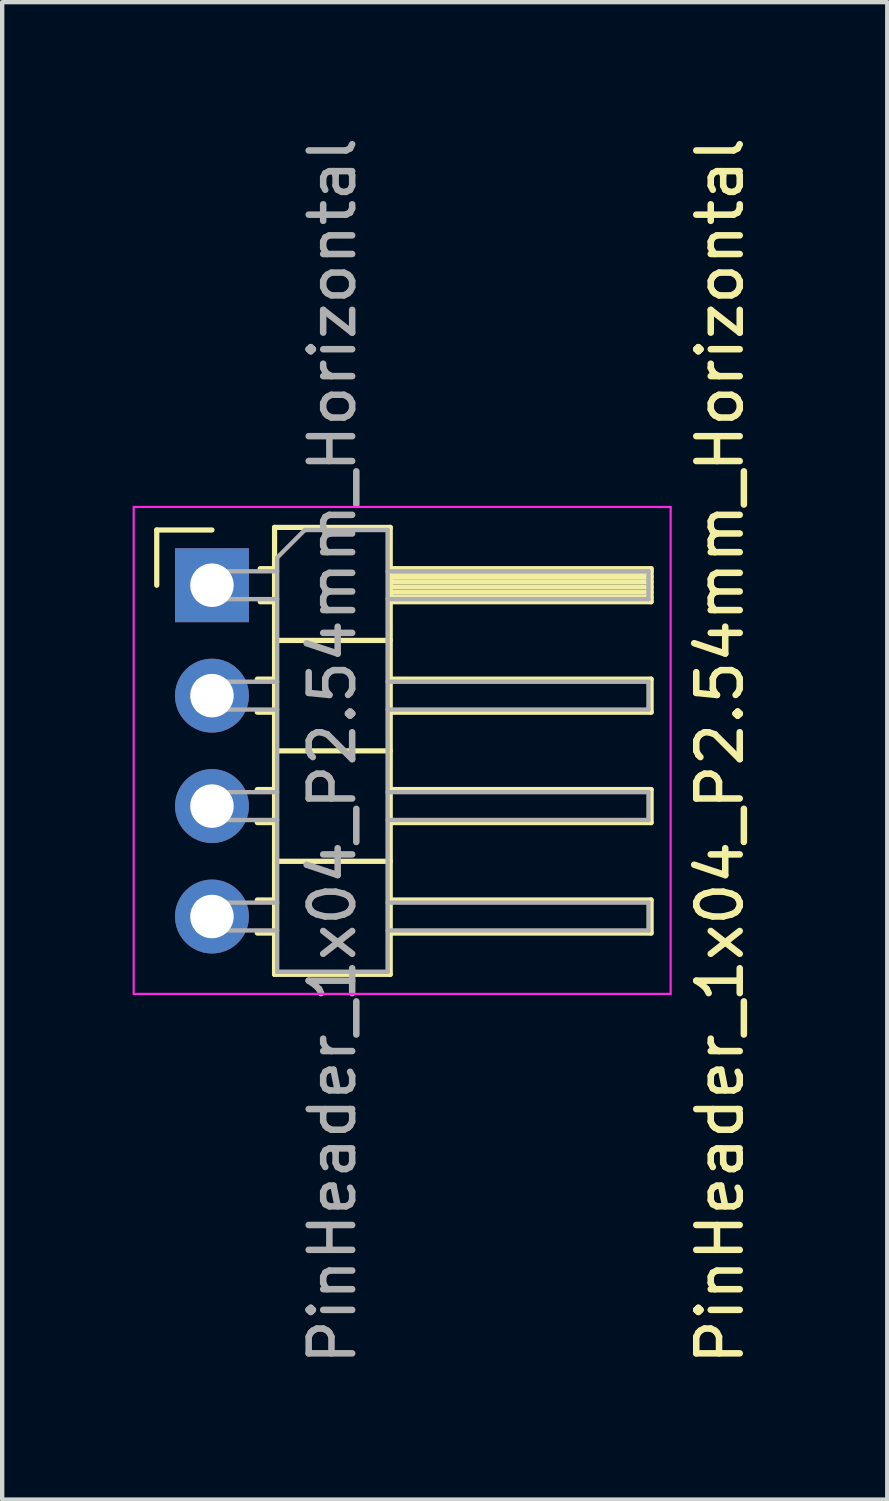
<source format=kicad_pcb>
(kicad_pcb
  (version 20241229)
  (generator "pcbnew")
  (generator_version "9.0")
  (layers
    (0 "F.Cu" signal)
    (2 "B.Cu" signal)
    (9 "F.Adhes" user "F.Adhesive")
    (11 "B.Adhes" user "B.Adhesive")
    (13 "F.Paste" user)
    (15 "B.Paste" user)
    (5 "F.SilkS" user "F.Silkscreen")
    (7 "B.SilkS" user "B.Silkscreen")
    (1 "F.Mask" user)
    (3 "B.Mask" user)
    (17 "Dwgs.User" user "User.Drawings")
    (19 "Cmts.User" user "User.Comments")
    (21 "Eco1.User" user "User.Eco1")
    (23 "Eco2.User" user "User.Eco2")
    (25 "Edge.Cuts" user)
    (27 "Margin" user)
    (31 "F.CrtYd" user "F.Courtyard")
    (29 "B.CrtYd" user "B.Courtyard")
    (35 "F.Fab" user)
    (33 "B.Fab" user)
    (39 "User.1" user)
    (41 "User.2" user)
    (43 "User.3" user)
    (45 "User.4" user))
  (footprint "PinHeader_1x04_P2.54mm_Horizontal"
    (layer "F.Cu")
    (at 1.825 10.41)
    (property "Reference" "PinHeader_1x04_P2.54mm_Horizontal" (at 11.684 3.81 270) (layer "F.SilkS") (effects (font (size 1 1) (thickness 0.15))))
    (attr through_hole)
    (fp_line (start -1.27 -1.27) (end 0 -1.27) (stroke (width 0.12) (type solid)) (layer "F.SilkS"))
    (fp_line (start -1.27 0) (end -1.27 -1.27) (stroke (width 0.12) (type solid)) (layer "F.SilkS"))
    (fp_line (start 1.043 2.16) (end 1.44 2.16) (stroke (width 0.12) (type solid)) (layer "F.SilkS"))
    (fp_line (start 1.043 2.92) (end 1.44 2.92) (stroke (width 0.12) (type solid)) (layer "F.SilkS"))
    (fp_line (start 1.043 4.7) (end 1.44 4.7) (stroke (width 0.12) (type solid)) (layer "F.SilkS"))
    (fp_line (start 1.043 5.46) (end 1.44 5.46) (stroke (width 0.12) (type solid)) (layer "F.SilkS"))
    (fp_line (start 1.043 7.24) (end 1.44 7.24) (stroke (width 0.12) (type solid)) (layer "F.SilkS"))
    (fp_line (start 1.043 8) (end 1.44 8) (stroke (width 0.12) (type solid)) (layer "F.SilkS"))
    (fp_line (start 1.11 -0.38) (end 1.44 -0.38) (stroke (width 0.12) (type solid)) (layer "F.SilkS"))
    (fp_line (start 1.11 0.38) (end 1.44 0.38) (stroke (width 0.12) (type solid)) (layer "F.SilkS"))
    (fp_line (start 1.44 -1.33) (end 1.44 8.95) (stroke (width 0.12) (type solid)) (layer "F.SilkS"))
    (fp_line (start 1.44 1.27) (end 4.1 1.27) (stroke (width 0.12) (type solid)) (layer "F.SilkS"))
    (fp_line (start 1.44 3.81) (end 4.1 3.81) (stroke (width 0.12) (type solid)) (layer "F.SilkS"))
    (fp_line (start 1.44 6.35) (end 4.1 6.35) (stroke (width 0.12) (type solid)) (layer "F.SilkS"))
    (fp_line (start 1.44 8.95) (end 4.1 8.95) (stroke (width 0.12) (type solid)) (layer "F.SilkS"))
    (fp_line (start 4.1 -1.33) (end 1.44 -1.33) (stroke (width 0.12) (type solid)) (layer "F.SilkS"))
    (fp_line (start 4.1 -0.38) (end 10.1 -0.38) (stroke (width 0.12) (type solid)) (layer "F.SilkS"))
    (fp_line (start 4.1 -0.32) (end 10.1 -0.32) (stroke (width 0.12) (type solid)) (layer "F.SilkS"))
    (fp_line (start 4.1 -0.2) (end 10.1 -0.2) (stroke (width 0.12) (type solid)) (layer "F.SilkS"))
    (fp_line (start 4.1 -0.08) (end 10.1 -0.08) (stroke (width 0.12) (type solid)) (layer "F.SilkS"))
    (fp_line (start 4.1 0.04) (end 10.1 0.04) (stroke (width 0.12) (type solid)) (layer "F.SilkS"))
    (fp_line (start 4.1 0.16) (end 10.1 0.16) (stroke (width 0.12) (type solid)) (layer "F.SilkS"))
    (fp_line (start 4.1 0.28) (end 10.1 0.28) (stroke (width 0.12) (type solid)) (layer "F.SilkS"))
    (fp_line (start 4.1 2.16) (end 10.1 2.16) (stroke (width 0.12) (type solid)) (layer "F.SilkS"))
    (fp_line (start 4.1 4.7) (end 10.1 4.7) (stroke (width 0.12) (type solid)) (layer "F.SilkS"))
    (fp_line (start 4.1 7.24) (end 10.1 7.24) (stroke (width 0.12) (type solid)) (layer "F.SilkS"))
    (fp_line (start 4.1 8.95) (end 4.1 -1.33) (stroke (width 0.12) (type solid)) (layer "F.SilkS"))
    (fp_line (start 10.1 -0.38) (end 10.1 0.38) (stroke (width 0.12) (type solid)) (layer "F.SilkS"))
    (fp_line (start 10.1 0.38) (end 4.1 0.38) (stroke (width 0.12) (type solid)) (layer "F.SilkS"))
    (fp_line (start 10.1 2.16) (end 10.1 2.92) (stroke (width 0.12) (type solid)) (layer "F.SilkS"))
    (fp_line (start 10.1 2.92) (end 4.1 2.92) (stroke (width 0.12) (type solid)) (layer "F.SilkS"))
    (fp_line (start 10.1 4.7) (end 10.1 5.46) (stroke (width 0.12) (type solid)) (layer "F.SilkS"))
    (fp_line (start 10.1 5.46) (end 4.1 5.46) (stroke (width 0.12) (type solid)) (layer "F.SilkS"))
    (fp_line (start 10.1 7.24) (end 10.1 8) (stroke (width 0.12) (type solid)) (layer "F.SilkS"))
    (fp_line (start 10.1 8) (end 4.1 8) (stroke (width 0.12) (type solid)) (layer "F.SilkS"))
    (fp_line (start -1.8 -1.8) (end -1.8 9.4) (stroke (width 0.05) (type solid)) (layer "F.CrtYd"))
    (fp_line (start -1.8 9.4) (end 10.55 9.4) (stroke (width 0.05) (type solid)) (layer "F.CrtYd"))
    (fp_line (start 10.55 -1.8) (end -1.8 -1.8) (stroke (width 0.05) (type solid)) (layer "F.CrtYd"))
    (fp_line (start 10.55 9.4) (end 10.55 -1.8) (stroke (width 0.05) (type solid)) (layer "F.CrtYd"))
    (fp_line (start -0.32 -0.32) (end -0.32 0.32) (stroke (width 0.1) (type solid)) (layer "F.Fab"))
    (fp_line (start -0.32 -0.32) (end 1.5 -0.32) (stroke (width 0.1) (type solid)) (layer "F.Fab"))
    (fp_line (start -0.32 0.32) (end 1.5 0.32) (stroke (width 0.1) (type solid)) (layer "F.Fab"))
    (fp_line (start -0.32 2.22) (end -0.32 2.86) (stroke (width 0.1) (type solid)) (layer "F.Fab"))
    (fp_line (start -0.32 2.22) (end 1.5 2.22) (stroke (width 0.1) (type solid)) (layer "F.Fab"))
    (fp_line (start -0.32 2.86) (end 1.5 2.86) (stroke (width 0.1) (type solid)) (layer "F.Fab"))
    (fp_line (start -0.32 4.76) (end -0.32 5.4) (stroke (width 0.1) (type solid)) (layer "F.Fab"))
    (fp_line (start -0.32 4.76) (end 1.5 4.76) (stroke (width 0.1) (type solid)) (layer "F.Fab"))
    (fp_line (start -0.32 5.4) (end 1.5 5.4) (stroke (width 0.1) (type solid)) (layer "F.Fab"))
    (fp_line (start -0.32 7.3) (end -0.32 7.94) (stroke (width 0.1) (type solid)) (layer "F.Fab"))
    (fp_line (start -0.32 7.3) (end 1.5 7.3) (stroke (width 0.1) (type solid)) (layer "F.Fab"))
    (fp_line (start -0.32 7.94) (end 1.5 7.94) (stroke (width 0.1) (type solid)) (layer "F.Fab"))
    (fp_line (start 1.5 -0.635) (end 2.135 -1.27) (stroke (width 0.1) (type solid)) (layer "F.Fab"))
    (fp_line (start 1.5 8.89) (end 1.5 -0.635) (stroke (width 0.1) (type solid)) (layer "F.Fab"))
    (fp_line (start 2.135 -1.27) (end 4.04 -1.27) (stroke (width 0.1) (type solid)) (layer "F.Fab"))
    (fp_line (start 4.04 -1.27) (end 4.04 8.89) (stroke (width 0.1) (type solid)) (layer "F.Fab"))
    (fp_line (start 4.04 -0.32) (end 10.04 -0.32) (stroke (width 0.1) (type solid)) (layer "F.Fab"))
    (fp_line (start 4.04 0.32) (end 10.04 0.32) (stroke (width 0.1) (type solid)) (layer "F.Fab"))
    (fp_line (start 4.04 2.22) (end 10.04 2.22) (stroke (width 0.1) (type solid)) (layer "F.Fab"))
    (fp_line (start 4.04 2.86) (end 10.04 2.86) (stroke (width 0.1) (type solid)) (layer "F.Fab"))
    (fp_line (start 4.04 4.76) (end 10.04 4.76) (stroke (width 0.1) (type solid)) (layer "F.Fab"))
    (fp_line (start 4.04 5.4) (end 10.04 5.4) (stroke (width 0.1) (type solid)) (layer "F.Fab"))
    (fp_line (start 4.04 7.3) (end 10.04 7.3) (stroke (width 0.1) (type solid)) (layer "F.Fab"))
    (fp_line (start 4.04 7.94) (end 10.04 7.94) (stroke (width 0.1) (type solid)) (layer "F.Fab"))
    (fp_line (start 4.04 8.89) (end 1.5 8.89) (stroke (width 0.1) (type solid)) (layer "F.Fab"))
    (fp_line (start 10.04 -0.32) (end 10.04 0.32) (stroke (width 0.1) (type solid)) (layer "F.Fab"))
    (fp_line (start 10.04 2.22) (end 10.04 2.86) (stroke (width 0.1) (type solid)) (layer "F.Fab"))
    (fp_line (start 10.04 4.76) (end 10.04 5.4) (stroke (width 0.1) (type solid)) (layer "F.Fab"))
    (fp_line (start 10.04 7.3) (end 10.04 7.94) (stroke (width 0.1) (type solid)) (layer "F.Fab"))
    (fp_text user "${REFERENCE}" (at 2.77 3.81 90) (layer "F.Fab") (effects (font (size 1 1) (thickness 0.15))))
    (pad "1" thru_hole rect (at 0 0) (size 1.7 1.7) (drill 1) (layers "*.Cu" "*.Mask"))
    (pad "2" thru_hole oval (at 0 2.54) (size 1.7 1.7) (drill 1) (layers "*.Cu" "*.Mask"))
    (pad "3" thru_hole oval (at 0 5.08) (size 1.7 1.7) (drill 1) (layers "*.Cu" "*.Mask"))
    (pad "4" thru_hole oval (at 0 7.62) (size 1.7 1.7) (drill 1) (layers "*.Cu" "*.Mask")))
  (gr_rect
    (start -3 -3)
    (end 17.357 31.44)
    (stroke (width 0.1) (type default))
    (fill no)
    (layer "Edge.Cuts")))
</source>
